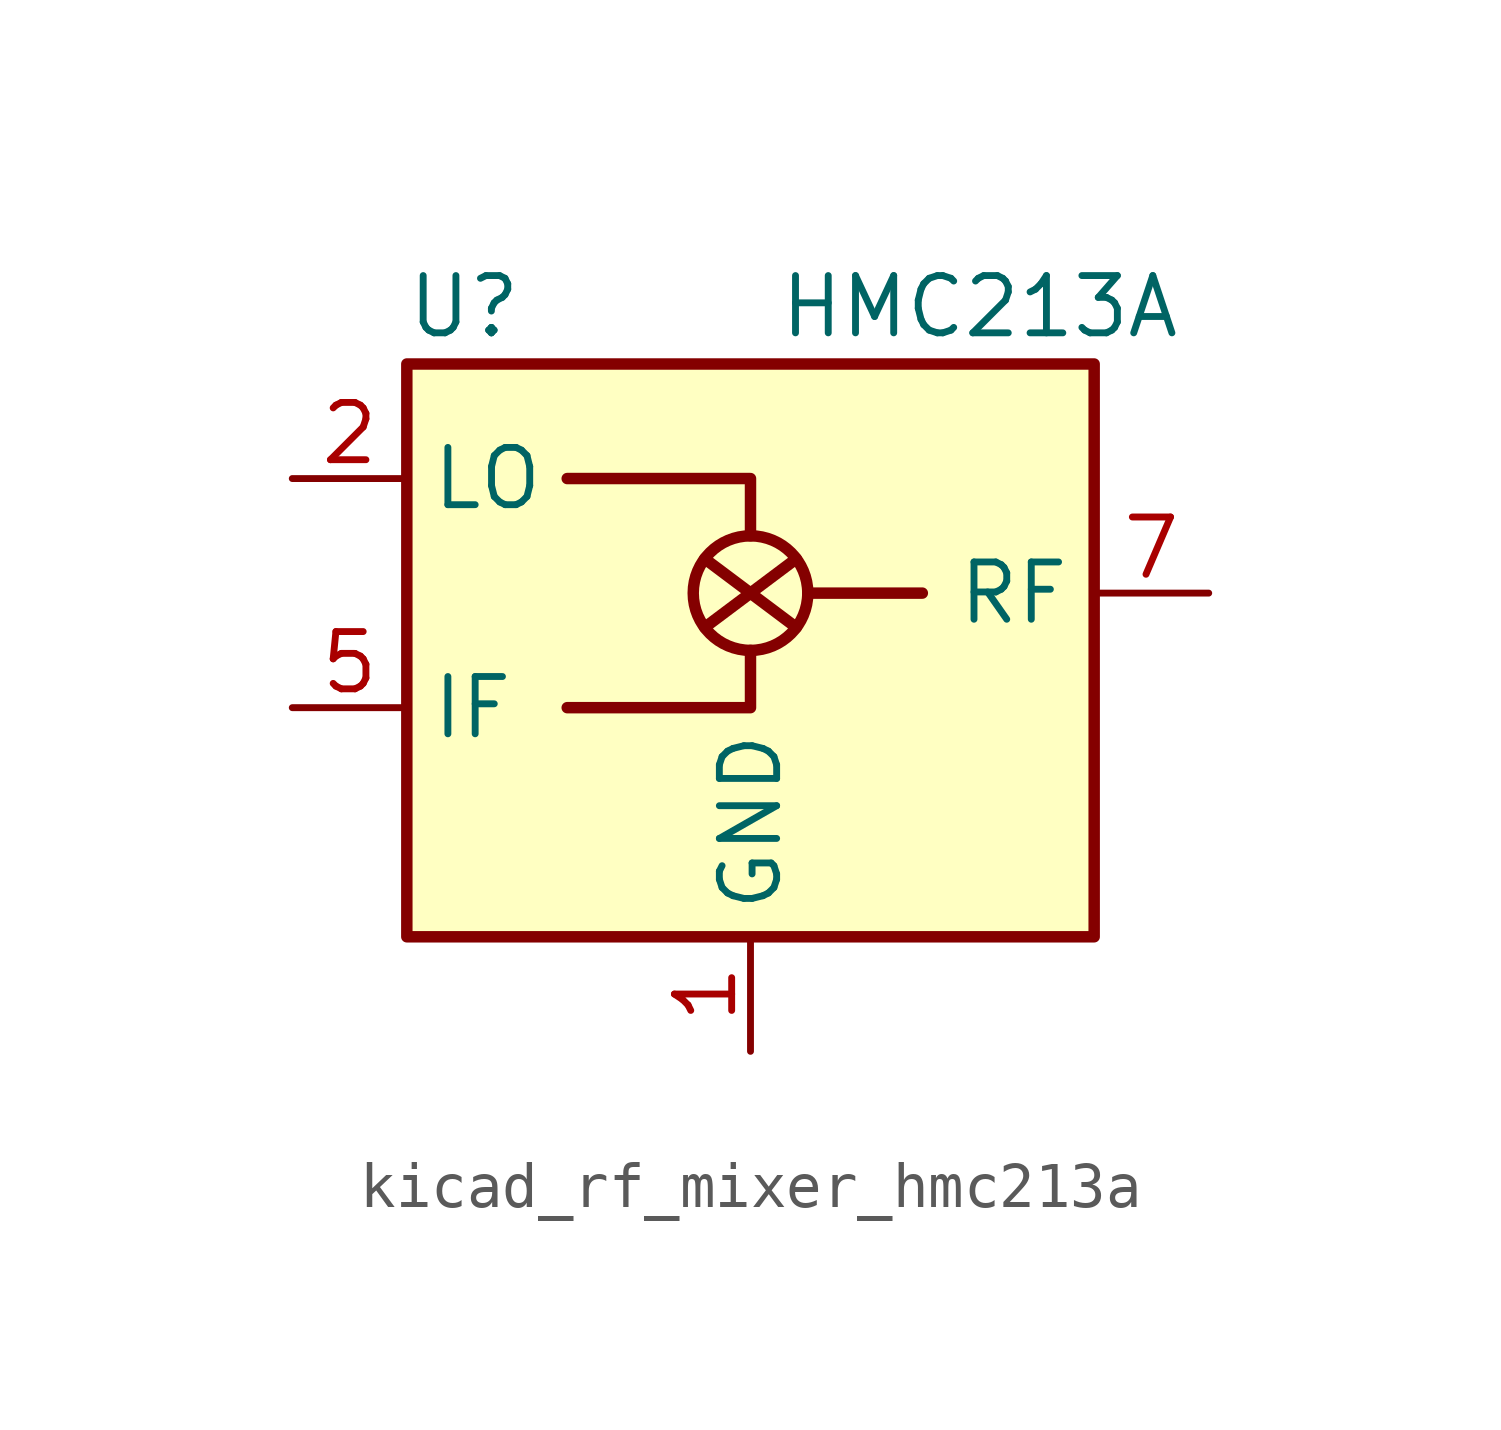
<source format=kicad_sym>
(kicad_symbol_lib
  (version 20220914)
  (generator kicad_symbol_editor)
  (symbol "kicad_rf_mixer_hmc213a"
    (property "Reference" "U"
      (at -6.35 8.89 0)
      (effects (font (size 1.27 1.27))))
    (property "Value" "HMC213A"
      (at 5.08 8.89 0)
      (effects (font (size 1.27 1.27))))
    (symbol "kicad_rf_mixer_hmc213a_0_1"
      (rectangle (start -7.62 7.62) (end 7.62 -5.08) (stroke (width 0.254) (type default)) (fill (type background)))
      (polyline (pts (xy -1.016 1.778) (xy 1.016 3.302)) (stroke (width 0.254) (type default)) (fill (type none)))
      (polyline (pts (xy -1.016 3.302) (xy 1.016 1.778)) (stroke (width 0.254) (type default)) (fill (type none)))
      (polyline (pts (xy 1.27 2.54) (xy 3.81 2.54)) (stroke (width 0.254) (type default)) (fill (type none)))
      (polyline (pts (xy 0 1.27) (xy 0 0) (xy -4.064 0)) (stroke (width 0.254) (type default)) (fill (type none)))
      (polyline (pts (xy 0 3.81) (xy 0 5.08) (xy -4.064 5.08)) (stroke (width 0.254) (type default)) (fill (type none)))
      (circle (center 0 2.54) (radius 1.27) (stroke (width 0.254) (type default)) (fill (type none))))
    (symbol "kicad_rf_mixer_hmc213a_1_1"
      (pin power_in line (at 0 -7.62 90) (length 2.54) (name "GND" (effects (font (size 1.27 1.27)))) (number "1" (effects (font (size 1.27 1.27)))))
      (pin passive line (at -10.16 5.08 0) (length 2.54) (name "LO" (effects (font (size 1.27 1.27)))) (number "2" (effects (font (size 1.27 1.27)))))
      (pin passive line (at 0 -7.62 90) (length 2.54) hide (name "GND" (effects (font (size 1.27 1.27)))) (number "3" (effects (font (size 1.27 1.27)))))
      (pin no_connect line (at 5.08 -5.08 90) (length 2.54) hide (name "NC" (effects (font (size 1.27 1.27)))) (number "4" (effects (font (size 1.27 1.27)))))
      (pin passive line (at -10.16 0 0) (length 2.54) (name "IF" (effects (font (size 1.27 1.27)))) (number "5" (effects (font (size 1.27 1.27)))))
      (pin passive line (at 0 -7.62 90) (length 2.54) hide (name "GND" (effects (font (size 1.27 1.27)))) (number "6" (effects (font (size 1.27 1.27)))))
      (pin passive line (at 10.16 2.54 180) (length 2.54) (name "RF" (effects (font (size 1.27 1.27)))) (number "7" (effects (font (size 1.27 1.27)))))
      (pin passive line (at 0 -7.62 90) (length 2.54) hide (name "GND" (effects (font (size 1.27 1.27)))) (number "8" (effects (font (size 1.27 1.27))))))))
</source>
